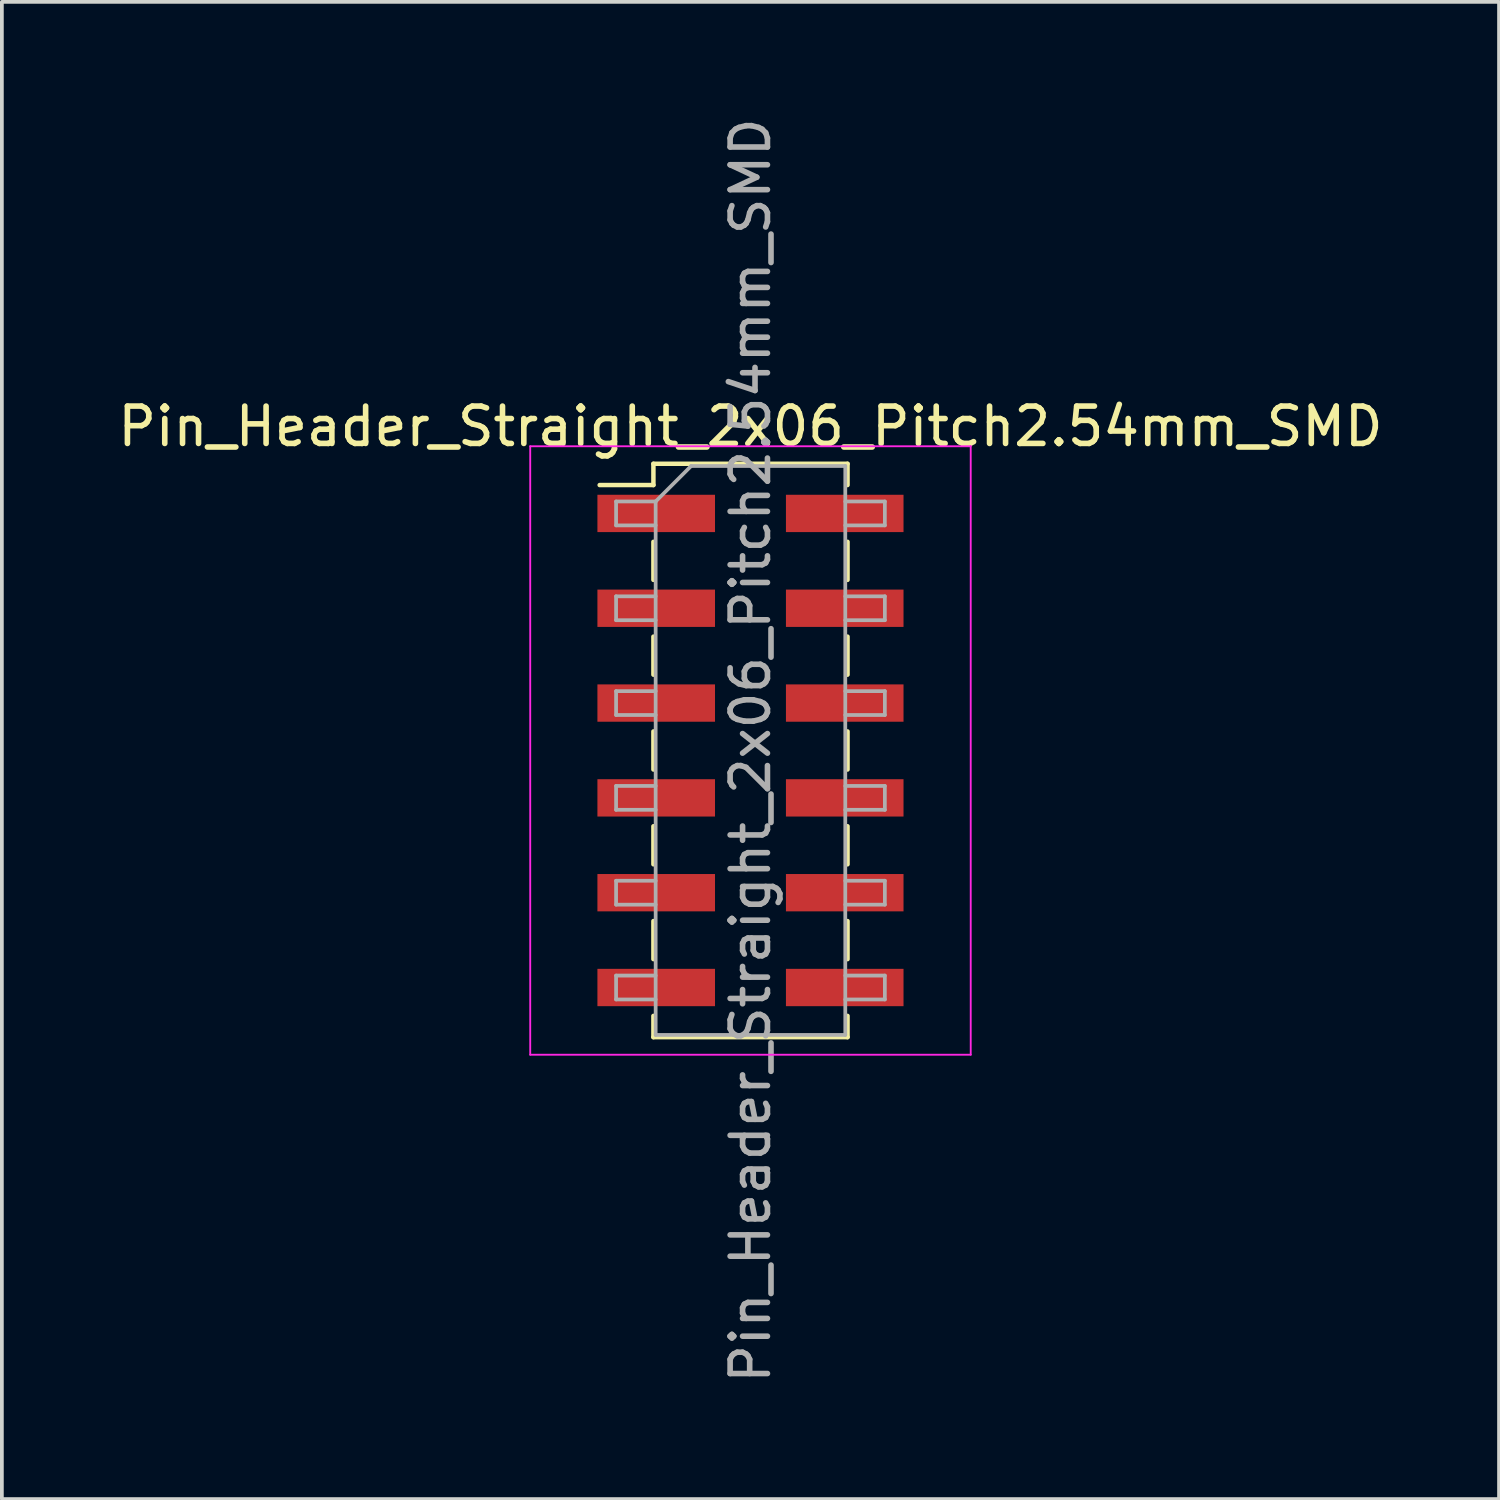
<source format=kicad_pcb>
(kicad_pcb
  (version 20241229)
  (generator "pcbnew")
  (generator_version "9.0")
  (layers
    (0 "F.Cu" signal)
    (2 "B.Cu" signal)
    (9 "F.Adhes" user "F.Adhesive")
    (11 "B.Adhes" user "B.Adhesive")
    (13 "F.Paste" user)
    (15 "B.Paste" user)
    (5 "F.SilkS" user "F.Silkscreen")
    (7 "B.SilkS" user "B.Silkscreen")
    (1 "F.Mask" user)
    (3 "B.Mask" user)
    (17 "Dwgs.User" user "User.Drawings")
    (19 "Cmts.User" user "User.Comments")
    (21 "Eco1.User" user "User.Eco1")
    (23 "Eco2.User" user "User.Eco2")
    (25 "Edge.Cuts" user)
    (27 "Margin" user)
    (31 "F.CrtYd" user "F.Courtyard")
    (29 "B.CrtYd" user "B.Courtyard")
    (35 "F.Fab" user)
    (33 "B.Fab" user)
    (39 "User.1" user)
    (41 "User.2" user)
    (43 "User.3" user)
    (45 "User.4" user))
  (footprint "Pin_Header_Straight_2x06_Pitch2.54mm_SMD"
    (layer "F.Cu")
    (at 17.054 17.054)
    (property "Reference" "Pin_Header_Straight_2x06_Pitch2.54mm_SMD" (at 0 -8.68 0) (layer "F.SilkS") (effects (font (size 1 1) (thickness 0.15))))
    (attr smd)
    (fp_line (start -4.04 -7.11) (end -2.6 -7.11) (stroke (width 0.12) (type solid)) (layer "F.SilkS"))
    (fp_line (start -2.6 -7.68) (end -2.6 -7.11) (stroke (width 0.12) (type solid)) (layer "F.SilkS"))
    (fp_line (start -2.6 -7.68) (end 2.6 -7.68) (stroke (width 0.12) (type solid)) (layer "F.SilkS"))
    (fp_line (start -2.6 -5.59) (end -2.6 -4.57) (stroke (width 0.12) (type solid)) (layer "F.SilkS"))
    (fp_line (start -2.6 -3.05) (end -2.6 -2.03) (stroke (width 0.12) (type solid)) (layer "F.SilkS"))
    (fp_line (start -2.6 -0.51) (end -2.6 0.51) (stroke (width 0.12) (type solid)) (layer "F.SilkS"))
    (fp_line (start -2.6 2.03) (end -2.6 3.05) (stroke (width 0.12) (type solid)) (layer "F.SilkS"))
    (fp_line (start -2.6 4.57) (end -2.6 5.59) (stroke (width 0.12) (type solid)) (layer "F.SilkS"))
    (fp_line (start -2.6 7.11) (end -2.6 7.68) (stroke (width 0.12) (type solid)) (layer "F.SilkS"))
    (fp_line (start -2.6 7.68) (end 2.6 7.68) (stroke (width 0.12) (type solid)) (layer "F.SilkS"))
    (fp_line (start 2.6 -7.68) (end 2.6 -7.11) (stroke (width 0.12) (type solid)) (layer "F.SilkS"))
    (fp_line (start 2.6 -5.59) (end 2.6 -4.57) (stroke (width 0.12) (type solid)) (layer "F.SilkS"))
    (fp_line (start 2.6 -3.05) (end 2.6 -2.03) (stroke (width 0.12) (type solid)) (layer "F.SilkS"))
    (fp_line (start 2.6 -0.51) (end 2.6 0.51) (stroke (width 0.12) (type solid)) (layer "F.SilkS"))
    (fp_line (start 2.6 2.03) (end 2.6 3.05) (stroke (width 0.12) (type solid)) (layer "F.SilkS"))
    (fp_line (start 2.6 4.57) (end 2.6 5.59) (stroke (width 0.12) (type solid)) (layer "F.SilkS"))
    (fp_line (start 2.6 7.11) (end 2.6 7.68) (stroke (width 0.12) (type solid)) (layer "F.SilkS"))
    (fp_line (start -5.9 -8.15) (end -5.9 8.15) (stroke (width 0.05) (type solid)) (layer "F.CrtYd"))
    (fp_line (start -5.9 8.15) (end 5.9 8.15) (stroke (width 0.05) (type solid)) (layer "F.CrtYd"))
    (fp_line (start 5.9 -8.15) (end -5.9 -8.15) (stroke (width 0.05) (type solid)) (layer "F.CrtYd"))
    (fp_line (start 5.9 8.15) (end 5.9 -8.15) (stroke (width 0.05) (type solid)) (layer "F.CrtYd"))
    (fp_line (start -3.6 -6.67) (end -3.6 -6.03) (stroke (width 0.1) (type solid)) (layer "F.Fab"))
    (fp_line (start -3.6 -6.03) (end -2.54 -6.03) (stroke (width 0.1) (type solid)) (layer "F.Fab"))
    (fp_line (start -3.6 -4.13) (end -3.6 -3.49) (stroke (width 0.1) (type solid)) (layer "F.Fab"))
    (fp_line (start -3.6 -3.49) (end -2.54 -3.49) (stroke (width 0.1) (type solid)) (layer "F.Fab"))
    (fp_line (start -3.6 -1.59) (end -3.6 -0.95) (stroke (width 0.1) (type solid)) (layer "F.Fab"))
    (fp_line (start -3.6 -0.95) (end -2.54 -0.95) (stroke (width 0.1) (type solid)) (layer "F.Fab"))
    (fp_line (start -3.6 0.95) (end -3.6 1.59) (stroke (width 0.1) (type solid)) (layer "F.Fab"))
    (fp_line (start -3.6 1.59) (end -2.54 1.59) (stroke (width 0.1) (type solid)) (layer "F.Fab"))
    (fp_line (start -3.6 3.49) (end -3.6 4.13) (stroke (width 0.1) (type solid)) (layer "F.Fab"))
    (fp_line (start -3.6 4.13) (end -2.54 4.13) (stroke (width 0.1) (type solid)) (layer "F.Fab"))
    (fp_line (start -3.6 6.03) (end -3.6 6.67) (stroke (width 0.1) (type solid)) (layer "F.Fab"))
    (fp_line (start -3.6 6.67) (end -2.54 6.67) (stroke (width 0.1) (type solid)) (layer "F.Fab"))
    (fp_line (start -2.54 -6.67) (end -3.6 -6.67) (stroke (width 0.1) (type solid)) (layer "F.Fab"))
    (fp_line (start -2.54 -6.67) (end -1.59 -7.62) (stroke (width 0.1) (type solid)) (layer "F.Fab"))
    (fp_line (start -2.54 -4.13) (end -3.6 -4.13) (stroke (width 0.1) (type solid)) (layer "F.Fab"))
    (fp_line (start -2.54 -1.59) (end -3.6 -1.59) (stroke (width 0.1) (type solid)) (layer "F.Fab"))
    (fp_line (start -2.54 0.95) (end -3.6 0.95) (stroke (width 0.1) (type solid)) (layer "F.Fab"))
    (fp_line (start -2.54 3.49) (end -3.6 3.49) (stroke (width 0.1) (type solid)) (layer "F.Fab"))
    (fp_line (start -2.54 6.03) (end -3.6 6.03) (stroke (width 0.1) (type solid)) (layer "F.Fab"))
    (fp_line (start -2.54 7.62) (end -2.54 -6.67) (stroke (width 0.1) (type solid)) (layer "F.Fab"))
    (fp_line (start -1.59 -7.62) (end 2.54 -7.62) (stroke (width 0.1) (type solid)) (layer "F.Fab"))
    (fp_line (start 2.54 -7.62) (end 2.54 7.62) (stroke (width 0.1) (type solid)) (layer "F.Fab"))
    (fp_line (start 2.54 -6.67) (end 3.6 -6.67) (stroke (width 0.1) (type solid)) (layer "F.Fab"))
    (fp_line (start 2.54 -4.13) (end 3.6 -4.13) (stroke (width 0.1) (type solid)) (layer "F.Fab"))
    (fp_line (start 2.54 -1.59) (end 3.6 -1.59) (stroke (width 0.1) (type solid)) (layer "F.Fab"))
    (fp_line (start 2.54 0.95) (end 3.6 0.95) (stroke (width 0.1) (type solid)) (layer "F.Fab"))
    (fp_line (start 2.54 3.49) (end 3.6 3.49) (stroke (width 0.1) (type solid)) (layer "F.Fab"))
    (fp_line (start 2.54 6.03) (end 3.6 6.03) (stroke (width 0.1) (type solid)) (layer "F.Fab"))
    (fp_line (start 2.54 7.62) (end -2.54 7.62) (stroke (width 0.1) (type solid)) (layer "F.Fab"))
    (fp_line (start 3.6 -6.67) (end 3.6 -6.03) (stroke (width 0.1) (type solid)) (layer "F.Fab"))
    (fp_line (start 3.6 -6.03) (end 2.54 -6.03) (stroke (width 0.1) (type solid)) (layer "F.Fab"))
    (fp_line (start 3.6 -4.13) (end 3.6 -3.49) (stroke (width 0.1) (type solid)) (layer "F.Fab"))
    (fp_line (start 3.6 -3.49) (end 2.54 -3.49) (stroke (width 0.1) (type solid)) (layer "F.Fab"))
    (fp_line (start 3.6 -1.59) (end 3.6 -0.95) (stroke (width 0.1) (type solid)) (layer "F.Fab"))
    (fp_line (start 3.6 -0.95) (end 2.54 -0.95) (stroke (width 0.1) (type solid)) (layer "F.Fab"))
    (fp_line (start 3.6 0.95) (end 3.6 1.59) (stroke (width 0.1) (type solid)) (layer "F.Fab"))
    (fp_line (start 3.6 1.59) (end 2.54 1.59) (stroke (width 0.1) (type solid)) (layer "F.Fab"))
    (fp_line (start 3.6 3.49) (end 3.6 4.13) (stroke (width 0.1) (type solid)) (layer "F.Fab"))
    (fp_line (start 3.6 4.13) (end 2.54 4.13) (stroke (width 0.1) (type solid)) (layer "F.Fab"))
    (fp_line (start 3.6 6.03) (end 3.6 6.67) (stroke (width 0.1) (type solid)) (layer "F.Fab"))
    (fp_line (start 3.6 6.67) (end 2.54 6.67) (stroke (width 0.1) (type solid)) (layer "F.Fab"))
    (fp_text user "${REFERENCE}" (at 0 0 90) (layer "F.Fab") (effects (font (size 1 1) (thickness 0.15))))
    (pad "1" smd rect (at -2.525 -6.35) (size 3.15 1) (layers "F.Cu" "F.Mask" "F.Paste"))
    (pad "2" smd rect (at 2.525 -6.35) (size 3.15 1) (layers "F.Cu" "F.Mask" "F.Paste"))
    (pad "3" smd rect (at -2.525 -3.81) (size 3.15 1) (layers "F.Cu" "F.Mask" "F.Paste"))
    (pad "4" smd rect (at 2.525 -3.81) (size 3.15 1) (layers "F.Cu" "F.Mask" "F.Paste"))
    (pad "5" smd rect (at -2.525 -1.27) (size 3.15 1) (layers "F.Cu" "F.Mask" "F.Paste"))
    (pad "6" smd rect (at 2.525 -1.27) (size 3.15 1) (layers "F.Cu" "F.Mask" "F.Paste"))
    (pad "7" smd rect (at -2.525 1.27) (size 3.15 1) (layers "F.Cu" "F.Mask" "F.Paste"))
    (pad "8" smd rect (at 2.525 1.27) (size 3.15 1) (layers "F.Cu" "F.Mask" "F.Paste"))
    (pad "9" smd rect (at -2.525 3.81) (size 3.15 1) (layers "F.Cu" "F.Mask" "F.Paste"))
    (pad "10" smd rect (at 2.525 3.81) (size 3.15 1) (layers "F.Cu" "F.Mask" "F.Paste"))
    (pad "11" smd rect (at -2.525 6.35) (size 3.15 1) (layers "F.Cu" "F.Mask" "F.Paste"))
    (pad "12" smd rect (at 2.525 6.35) (size 3.15 1) (layers "F.Cu" "F.Mask" "F.Paste")))
  (gr_rect
    (start -3 -3)
    (end 37.107 37.107)
    (stroke (width 0.1) (type default))
    (fill no)
    (layer "Edge.Cuts")))
</source>
